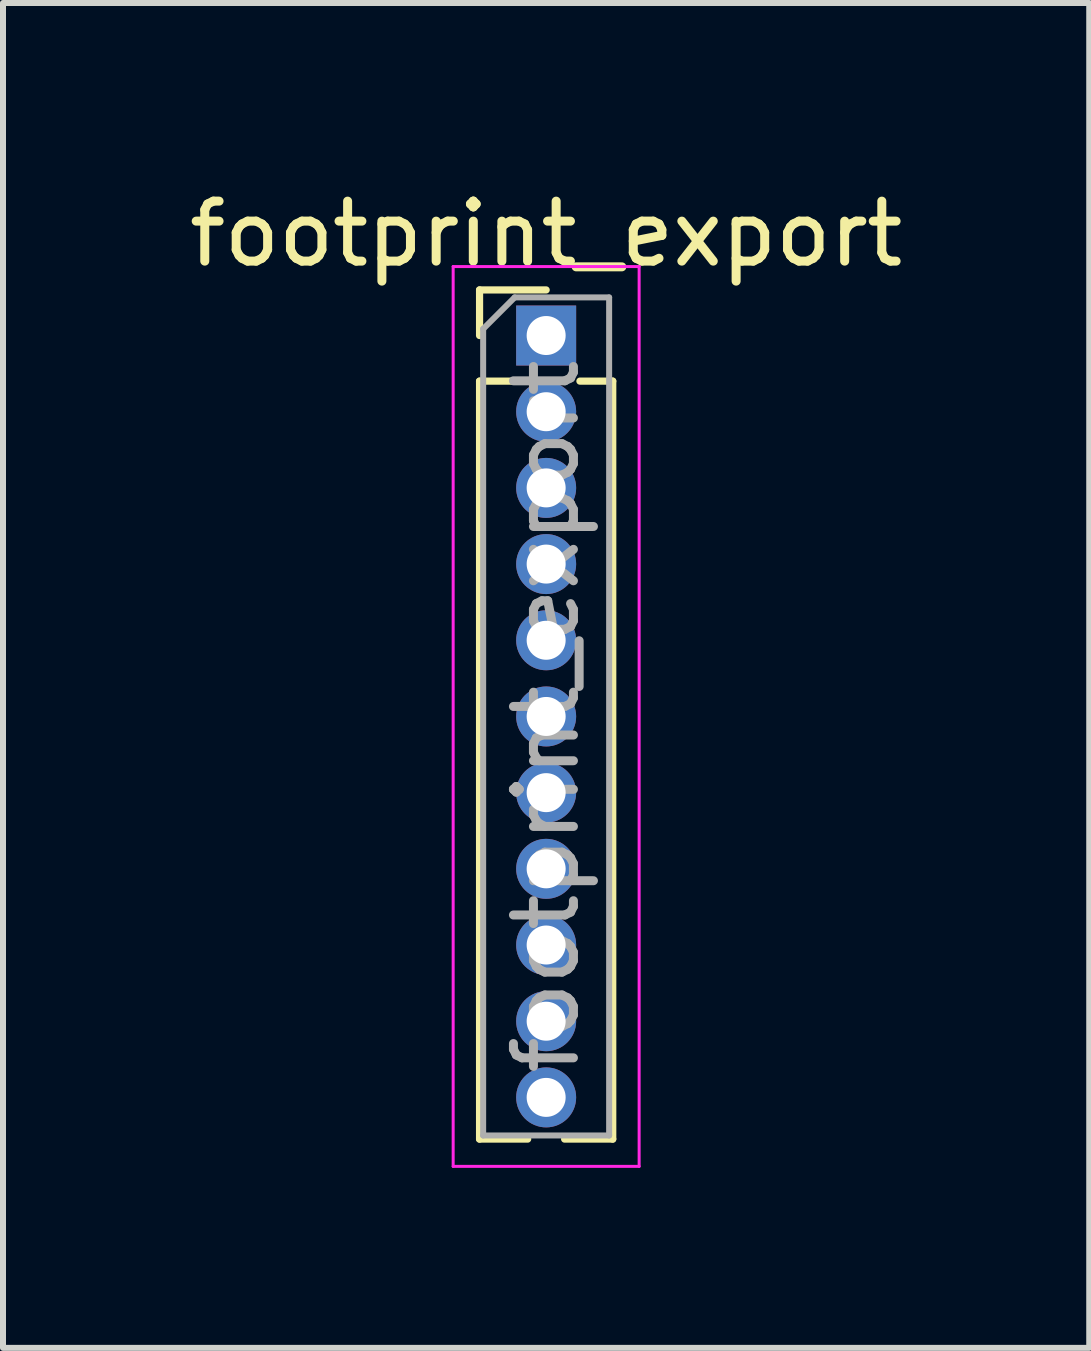
<source format=kicad_pcb>
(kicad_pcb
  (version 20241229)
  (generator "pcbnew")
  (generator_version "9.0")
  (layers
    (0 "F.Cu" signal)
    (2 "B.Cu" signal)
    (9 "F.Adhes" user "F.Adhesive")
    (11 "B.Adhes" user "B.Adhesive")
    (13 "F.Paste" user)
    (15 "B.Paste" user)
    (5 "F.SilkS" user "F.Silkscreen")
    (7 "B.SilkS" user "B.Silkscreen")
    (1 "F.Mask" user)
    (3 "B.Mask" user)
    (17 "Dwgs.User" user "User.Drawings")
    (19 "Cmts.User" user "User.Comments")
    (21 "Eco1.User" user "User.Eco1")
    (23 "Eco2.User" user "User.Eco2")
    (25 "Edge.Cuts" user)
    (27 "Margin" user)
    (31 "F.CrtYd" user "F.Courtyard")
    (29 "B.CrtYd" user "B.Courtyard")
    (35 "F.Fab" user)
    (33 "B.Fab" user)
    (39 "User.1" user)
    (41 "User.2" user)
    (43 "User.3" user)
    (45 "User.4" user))
  (footprint "footprint_export"
    (layer "F.Cu")
    (at 6.054 2.543)
    (property "Reference" "footprint_export" (at 0 -1.695 0) (layer "F.SilkS") (effects (font (size 1 1) (thickness 0.15))))
    (attr through_hole)
    (fp_line (start -1.11 -0.76) (end 0 -0.76) (stroke (width 0.12) (type solid)) (layer "F.SilkS"))
    (fp_line (start -1.11 0) (end -1.11 -0.76) (stroke (width 0.12) (type solid)) (layer "F.SilkS"))
    (fp_line (start -1.11 0.76) (end -1.11 13.395) (stroke (width 0.12) (type solid)) (layer "F.SilkS"))
    (fp_line (start -1.11 0.76) (end -0.563 0.76) (stroke (width 0.12) (type solid)) (layer "F.SilkS"))
    (fp_line (start -1.11 13.395) (end -0.308 13.395) (stroke (width 0.12) (type solid)) (layer "F.SilkS"))
    (fp_line (start 0.308 13.395) (end 1.11 13.395) (stroke (width 0.12) (type solid)) (layer "F.SilkS"))
    (fp_line (start 0.563 0.76) (end 1.11 0.76) (stroke (width 0.12) (type solid)) (layer "F.SilkS"))
    (fp_line (start 1.11 0.76) (end 1.11 13.395) (stroke (width 0.12) (type solid)) (layer "F.SilkS"))
    (fp_line (start -1.55 -1.15) (end -1.55 13.85) (stroke (width 0.05) (type solid)) (layer "F.CrtYd"))
    (fp_line (start -1.55 13.85) (end 1.55 13.85) (stroke (width 0.05) (type solid)) (layer "F.CrtYd"))
    (fp_line (start 1.55 -1.15) (end -1.55 -1.15) (stroke (width 0.05) (type solid)) (layer "F.CrtYd"))
    (fp_line (start 1.55 13.85) (end 1.55 -1.15) (stroke (width 0.05) (type solid)) (layer "F.CrtYd"))
    (fp_line (start -1.05 -0.11) (end -0.525 -0.635) (stroke (width 0.1) (type solid)) (layer "F.Fab"))
    (fp_line (start -1.05 13.335) (end -1.05 -0.11) (stroke (width 0.1) (type solid)) (layer "F.Fab"))
    (fp_line (start -0.525 -0.635) (end 1.05 -0.635) (stroke (width 0.1) (type solid)) (layer "F.Fab"))
    (fp_line (start 1.05 -0.635) (end 1.05 13.335) (stroke (width 0.1) (type solid)) (layer "F.Fab"))
    (fp_line (start 1.05 13.335) (end -1.05 13.335) (stroke (width 0.1) (type solid)) (layer "F.Fab"))
    (fp_text user "${REFERENCE}" (at 0 6.35 90) (layer "F.Fab") (effects (font (size 1 1) (thickness 0.15))))
    (pad "1" thru_hole rect (at 0 0) (size 1 1) (drill 0.65) (layers "*.Cu" "*.Mask"))
    (pad "2" thru_hole oval (at 0 1.27) (size 1 1) (drill 0.65) (layers "*.Cu" "*.Mask"))
    (pad "3" thru_hole oval (at 0 2.54) (size 1 1) (drill 0.65) (layers "*.Cu" "*.Mask"))
    (pad "4" thru_hole oval (at 0 3.81) (size 1 1) (drill 0.65) (layers "*.Cu" "*.Mask"))
    (pad "5" thru_hole oval (at 0 5.08) (size 1 1) (drill 0.65) (layers "*.Cu" "*.Mask"))
    (pad "6" thru_hole oval (at 0 6.35) (size 1 1) (drill 0.65) (layers "*.Cu" "*.Mask"))
    (pad "7" thru_hole oval (at 0 7.62) (size 1 1) (drill 0.65) (layers "*.Cu" "*.Mask"))
    (pad "8" thru_hole oval (at 0 8.89) (size 1 1) (drill 0.65) (layers "*.Cu" "*.Mask"))
    (pad "9" thru_hole oval (at 0 10.16) (size 1 1) (drill 0.65) (layers "*.Cu" "*.Mask"))
    (pad "10" thru_hole oval (at 0 11.43) (size 1 1) (drill 0.65) (layers "*.Cu" "*.Mask"))
    (pad "11" thru_hole oval (at 0 12.7) (size 1 1) (drill 0.65) (layers "*.Cu" "*.Mask")))
  (gr_rect
    (start -3 -3)
    (end 15.107 19.418)
    (stroke (width 0.1) (type default))
    (fill no)
    (layer "Edge.Cuts")))
</source>
